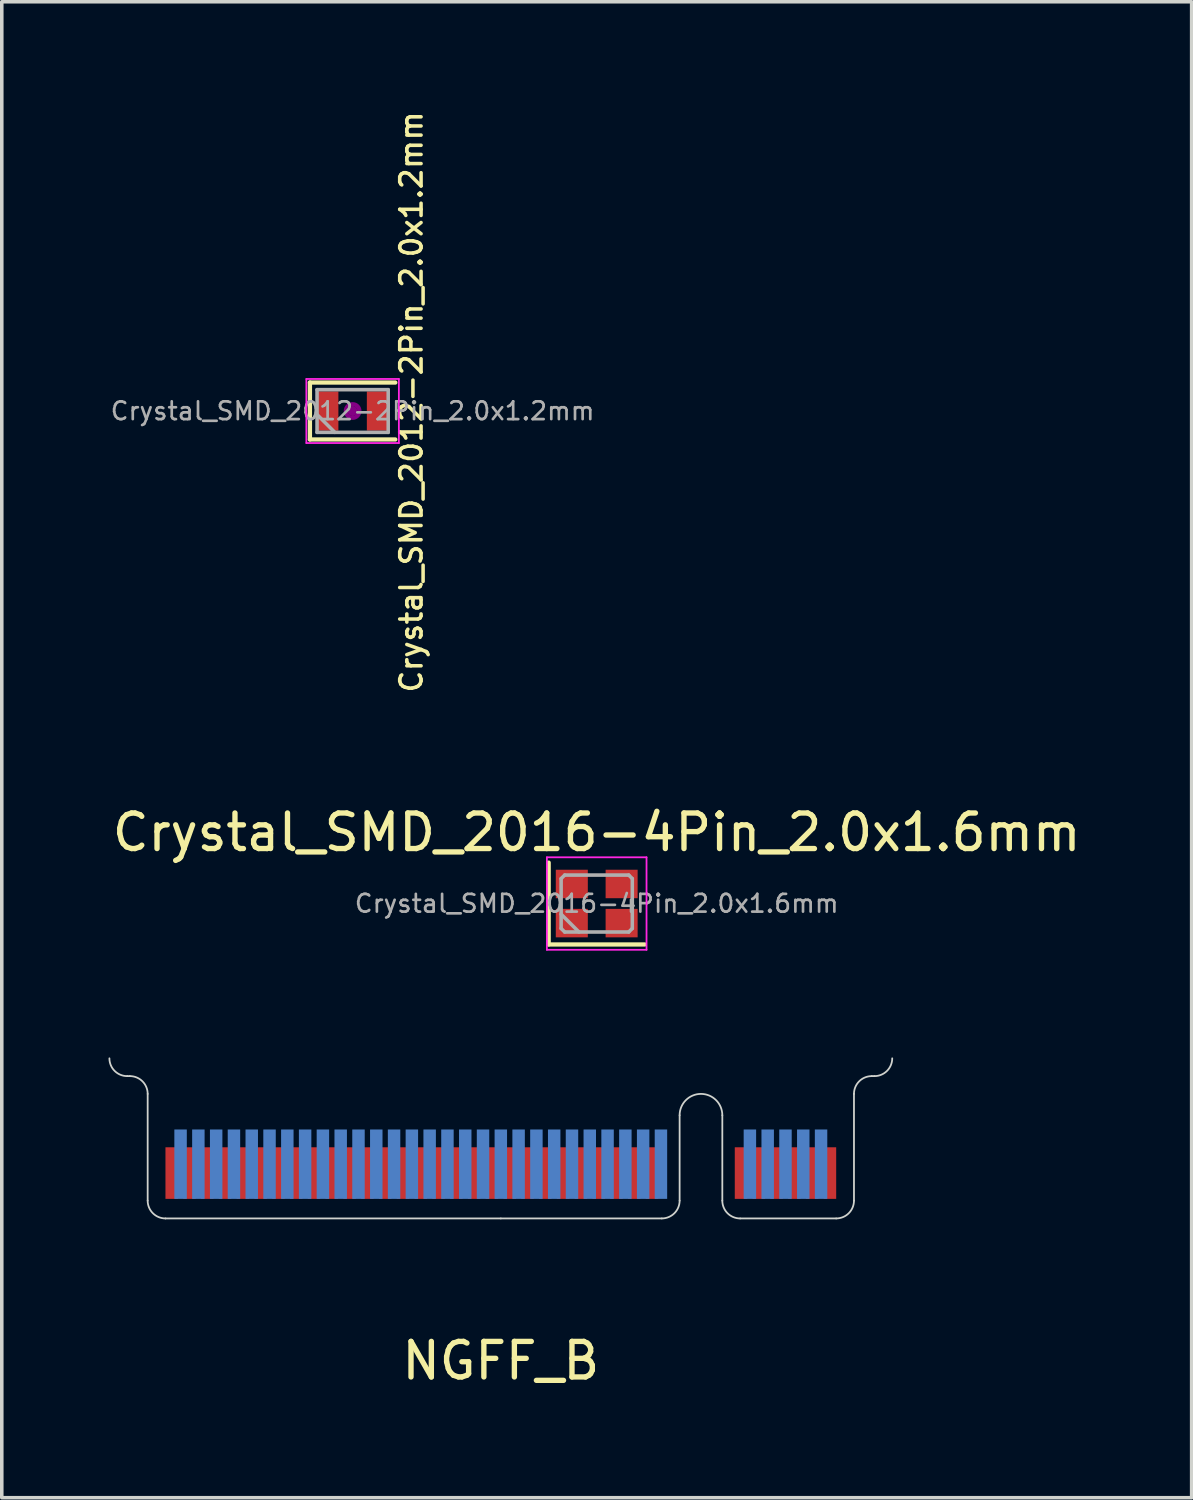
<source format=kicad_pcb>
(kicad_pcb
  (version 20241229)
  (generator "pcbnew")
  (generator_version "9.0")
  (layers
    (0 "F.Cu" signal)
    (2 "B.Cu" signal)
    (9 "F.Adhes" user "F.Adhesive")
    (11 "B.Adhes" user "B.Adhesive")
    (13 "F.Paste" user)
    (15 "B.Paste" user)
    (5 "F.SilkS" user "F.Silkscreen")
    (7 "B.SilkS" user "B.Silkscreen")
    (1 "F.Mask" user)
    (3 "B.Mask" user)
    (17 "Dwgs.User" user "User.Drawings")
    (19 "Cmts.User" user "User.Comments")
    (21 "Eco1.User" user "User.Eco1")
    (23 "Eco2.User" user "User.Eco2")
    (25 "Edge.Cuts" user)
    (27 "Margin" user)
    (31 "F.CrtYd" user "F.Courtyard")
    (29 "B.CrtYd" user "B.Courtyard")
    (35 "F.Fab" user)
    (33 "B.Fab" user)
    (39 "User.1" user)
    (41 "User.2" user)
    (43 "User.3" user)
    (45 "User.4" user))
  (footprint "Crystal_SMD_2012-2Pin_2.0x1.2mm"
    (layer "F.Cu")
    (at 6.86 8.501)
    (property "Reference" "Crystal_SMD_2012-2Pin_2.0x1.2mm" (at 1.651 -0.254 90) (layer "F.SilkS") (effects (font (size 0.6 0.6) (thickness 0.1))))
    (attr smd)
    (fp_line (start -1.2 -0.8) (end -1.2 0.8) (stroke (width 0.12) (type solid)) (layer "F.SilkS"))
    (fp_line (start -1.2 0.8) (end 1.2 0.8) (stroke (width 0.12) (type solid)) (layer "F.SilkS"))
    (fp_line (start 1.2 -0.8) (end -1.2 -0.8) (stroke (width 0.12) (type solid)) (layer "F.SilkS"))
    (fp_circle (center 0 0) (end 0.047 0) (stroke (width 0.093) (type solid)) (fill no) (layer "F.Adhes"))
    (fp_circle (center 0 0) (end 0.107 0) (stroke (width 0.067) (type solid)) (fill no) (layer "F.Adhes"))
    (fp_circle (center 0 0) (end 0.167 0) (stroke (width 0.067) (type solid)) (fill no) (layer "F.Adhes"))
    (fp_circle (center 0 0) (end 0.2 0) (stroke (width 0.1) (type solid)) (fill no) (layer "F.Adhes"))
    (fp_line (start -1.3 -0.9) (end -1.3 0.9) (stroke (width 0.05) (type solid)) (layer "F.CrtYd"))
    (fp_line (start -1.3 0.9) (end 1.3 0.9) (stroke (width 0.05) (type solid)) (layer "F.CrtYd"))
    (fp_line (start 1.3 -0.9) (end -1.3 -0.9) (stroke (width 0.05) (type solid)) (layer "F.CrtYd"))
    (fp_line (start 1.3 0.9) (end 1.3 -0.9) (stroke (width 0.05) (type solid)) (layer "F.CrtYd"))
    (fp_line (start -1 -0.6) (end -1 0.6) (stroke (width 0.1) (type solid)) (layer "F.Fab"))
    (fp_line (start -1 0.1) (end -0.5 0.6) (stroke (width 0.1) (type solid)) (layer "F.Fab"))
    (fp_line (start -1 0.6) (end 1 0.6) (stroke (width 0.1) (type solid)) (layer "F.Fab"))
    (fp_line (start 1 -0.6) (end -1 -0.6) (stroke (width 0.1) (type solid)) (layer "F.Fab"))
    (fp_line (start 1 0.6) (end 1 -0.6) (stroke (width 0.1) (type solid)) (layer "F.Fab"))
    (fp_text user "${REFERENCE}" (at 0 0 0) (layer "F.Fab") (effects (font (size 0.5 0.5) (thickness 0.075))))
    (pad "1" smd rect (at -0.7 0) (size 0.6 1.1) (layers "F.Cu" "F.Mask" "F.Paste"))
    (pad "2" smd rect (at 0.7 0) (size 0.6 1.1) (layers "F.Cu" "F.Mask" "F.Paste")))
  (footprint "Crystal_SMD_2016-4Pin_2.0x1.6mm"
    (layer "F.Cu")
    (at 13.72 22.343)
    (property "Reference" "Crystal_SMD_2016-4Pin_2.0x1.6mm" (at 0 -2 0) (layer "F.SilkS") (effects (font (size 1 1) (thickness 0.15))))
    (attr smd)
    (fp_line (start -1.35 -1.15) (end -1.35 1.15) (stroke (width 0.12) (type solid)) (layer "F.SilkS"))
    (fp_line (start -1.35 1.15) (end 1.35 1.15) (stroke (width 0.12) (type solid)) (layer "F.SilkS"))
    (fp_line (start -1.4 -1.3) (end -1.4 1.3) (stroke (width 0.05) (type solid)) (layer "F.CrtYd"))
    (fp_line (start -1.4 1.3) (end 1.4 1.3) (stroke (width 0.05) (type solid)) (layer "F.CrtYd"))
    (fp_line (start 1.4 -1.3) (end -1.4 -1.3) (stroke (width 0.05) (type solid)) (layer "F.CrtYd"))
    (fp_line (start 1.4 1.3) (end 1.4 -1.3) (stroke (width 0.05) (type solid)) (layer "F.CrtYd"))
    (fp_line (start -1 -0.7) (end -0.9 -0.8) (stroke (width 0.1) (type solid)) (layer "F.Fab"))
    (fp_line (start -1 0.3) (end -0.5 0.8) (stroke (width 0.1) (type solid)) (layer "F.Fab"))
    (fp_line (start -1 0.7) (end -1 -0.7) (stroke (width 0.1) (type solid)) (layer "F.Fab"))
    (fp_line (start -0.9 -0.8) (end 0.9 -0.8) (stroke (width 0.1) (type solid)) (layer "F.Fab"))
    (fp_line (start -0.9 0.8) (end -1 0.7) (stroke (width 0.1) (type solid)) (layer "F.Fab"))
    (fp_line (start 0.9 -0.8) (end 1 -0.7) (stroke (width 0.1) (type solid)) (layer "F.Fab"))
    (fp_line (start 0.9 0.8) (end -0.9 0.8) (stroke (width 0.1) (type solid)) (layer "F.Fab"))
    (fp_line (start 1 -0.7) (end 1 0.7) (stroke (width 0.1) (type solid)) (layer "F.Fab"))
    (fp_line (start 1 0.7) (end 0.9 0.8) (stroke (width 0.1) (type solid)) (layer "F.Fab"))
    (fp_text user "${REFERENCE}" (at 0 0 0) (layer "F.Fab") (effects (font (size 0.5 0.5) (thickness 0.075))))
    (pad "1" smd rect (at -0.7 0.55) (size 0.9 0.8) (layers "F.Cu" "F.Mask" "F.Paste"))
    (pad "2" smd rect (at 0.7 0.55) (size 0.9 0.8) (layers "F.Cu" "F.Mask" "F.Paste"))
    (pad "3" smd rect (at 0.7 -0.55) (size 0.9 0.8) (layers "F.Cu" "F.Mask" "F.Paste"))
    (pad "4" smd rect (at -0.7 -0.55) (size 0.9 0.8) (layers "F.Cu" "F.Mask" "F.Paste")))
  (footprint "NGFF_B"
    (layer "F.Cu")
    (at 11.025 31.193)
    (property "Reference" "NGFF_B" (at 0 4 0) (layer "F.SilkS") (effects (font (size 1 1) (thickness 0.15))))
    (attr through_hole)
    (fp_poly (pts (xy -9.925 0) (xy 5.025 0) (xy 5.025 -2) (xy -9.925 -2)) (stroke (width 0.1) (type solid)) (fill yes) (layer "F.Mask"))
    (fp_poly (pts (xy 6.225 0) (xy 9.925 0) (xy 9.925 -2) (xy 6.225 -2)) (stroke (width 0.1) (type solid)) (fill yes) (layer "F.Mask"))
    (fp_poly (pts (xy -9.925 0) (xy 5.025 0) (xy 5.025 -2.5) (xy -9.925 -2.5)) (stroke (width 0.1) (type solid)) (fill yes) (layer "B.Mask"))
    (fp_poly (pts (xy 6.225 0) (xy 9.925 0) (xy 9.925 -2.5) (xy 6.225 -2.5)) (stroke (width 0.1) (type solid)) (fill yes) (layer "B.Mask"))
    (fp_line (start -10.5 -4) (end -10.425 -4) (stroke (width 0.05) (type solid)) (layer "Edge.Cuts"))
    (fp_line (start -9.925 -3.5) (end -9.925 -0.5) (stroke (width 0.05) (type solid)) (layer "Edge.Cuts"))
    (fp_line (start -9.425 0) (end 0 0) (stroke (width 0.05) (type solid)) (layer "Edge.Cuts"))
    (fp_line (start 0 0) (end 4.525 0) (stroke (width 0.05) (type solid)) (layer "Edge.Cuts"))
    (fp_line (start 5.025 -0.5) (end 5.025 -2.9) (stroke (width 0.05) (type solid)) (layer "Edge.Cuts"))
    (fp_line (start 6.225 -2.9) (end 6.225 -0.5) (stroke (width 0.05) (type solid)) (layer "Edge.Cuts"))
    (fp_line (start 6.725 0) (end 9.425 0) (stroke (width 0.05) (type solid)) (layer "Edge.Cuts"))
    (fp_line (start 9.925 -0.5) (end 9.925 -3.5) (stroke (width 0.05) (type solid)) (layer "Edge.Cuts"))
    (fp_line (start 10.425 -4) (end 10.5 -4) (stroke (width 0.05) (type solid)) (layer "Edge.Cuts"))
    (fp_arc (start -10.5 -4) (mid -10.853553 -4.146447) (end -11 -4.5) (stroke (width 0.05) (type solid)) (layer "Edge.Cuts"))
    (fp_arc (start -10.425 -4) (mid -10.071447 -3.853553) (end -9.925 -3.5) (stroke (width 0.05) (type solid)) (layer "Edge.Cuts"))
    (fp_arc (start -9.425 0) (mid -9.778553 -0.146447) (end -9.925 -0.5) (stroke (width 0.05) (type solid)) (layer "Edge.Cuts"))
    (fp_arc (start 5.025 -2.9) (mid 5.625 -3.5) (end 6.225 -2.9) (stroke (width 0.05) (type solid)) (layer "Edge.Cuts"))
    (fp_arc (start 5.025 -0.5) (mid 4.878553 -0.146447) (end 4.525 0) (stroke (width 0.05) (type solid)) (layer "Edge.Cuts"))
    (fp_arc (start 6.725 0) (mid 6.371447 -0.146447) (end 6.225 -0.5) (stroke (width 0.05) (type solid)) (layer "Edge.Cuts"))
    (fp_arc (start 9.925 -3.5) (mid 10.071447 -3.853553) (end 10.425 -4) (stroke (width 0.05) (type solid)) (layer "Edge.Cuts"))
    (fp_arc (start 9.925 -0.5) (mid 9.778553 -0.146447) (end 9.425 0) (stroke (width 0.05) (type solid)) (layer "Edge.Cuts"))
    (fp_arc (start 11 -4.5) (mid 10.853553 -4.146447) (end 10.5 -4) (stroke (width 0.05) (type solid)) (layer "Edge.Cuts"))
    (pad "1" smd rect (at 9.25 -1.275) (size 0.35 1.45) (layers "F.Cu"))
    (pad "2" smd rect (at 9 -1.525) (size 0.35 1.95) (layers "B.Cu"))
    (pad "3" smd rect (at 8.75 -1.275) (size 0.35 1.45) (layers "F.Cu"))
    (pad "4" smd rect (at 8.5 -1.525) (size 0.35 1.95) (layers "B.Cu"))
    (pad "5" smd rect (at 8.25 -1.275) (size 0.35 1.45) (layers "F.Cu"))
    (pad "6" smd rect (at 8 -1.525) (size 0.35 1.95) (layers "B.Cu"))
    (pad "7" smd rect (at 7.75 -1.275) (size 0.35 1.45) (layers "F.Cu"))
    (pad "8" smd rect (at 7.5 -1.525) (size 0.35 1.95) (layers "B.Cu"))
    (pad "9" smd rect (at 7.25 -1.275) (size 0.35 1.45) (layers "F.Cu"))
    (pad "10" smd rect (at 7 -1.525) (size 0.35 1.95) (layers "B.Cu"))
    (pad "11" smd rect (at 6.75 -1.275) (size 0.35 1.45) (layers "F.Cu"))
    (pad "20" smd rect (at 4.5 -1.525) (size 0.35 1.95) (layers "B.Cu"))
    (pad "21" smd rect (at 4.25 -1.275) (size 0.35 1.45) (layers "F.Cu"))
    (pad "22" smd rect (at 4 -1.525) (size 0.35 1.95) (layers "B.Cu"))
    (pad "23" smd rect (at 3.75 -1.275) (size 0.35 1.45) (layers "F.Cu"))
    (pad "24" smd rect (at 3.5 -1.525) (size 0.35 1.95) (layers "B.Cu"))
    (pad "25" smd rect (at 3.25 -1.275) (size 0.35 1.45) (layers "F.Cu"))
    (pad "26" smd rect (at 3 -1.525) (size 0.35 1.95) (layers "B.Cu"))
    (pad "27" smd rect (at 2.75 -1.275) (size 0.35 1.45) (layers "F.Cu"))
    (pad "28" smd rect (at 2.5 -1.525) (size 0.35 1.95) (layers "B.Cu"))
    (pad "29" smd rect (at 2.25 -1.275) (size 0.35 1.45) (layers "F.Cu"))
    (pad "30" smd rect (at 2 -1.525) (size 0.35 1.95) (layers "B.Cu"))
    (pad "31" smd rect (at 1.75 -1.275) (size 0.35 1.45) (layers "F.Cu"))
    (pad "32" smd rect (at 1.5 -1.525) (size 0.35 1.95) (layers "B.Cu"))
    (pad "33" smd rect (at 1.25 -1.275) (size 0.35 1.45) (layers "F.Cu"))
    (pad "34" smd rect (at 1 -1.525) (size 0.35 1.95) (layers "B.Cu"))
    (pad "35" smd rect (at 0.75 -1.275) (size 0.35 1.45) (layers "F.Cu"))
    (pad "36" smd rect (at 0.5 -1.525) (size 0.35 1.95) (layers "B.Cu"))
    (pad "37" smd rect (at 0.25 -1.275) (size 0.35 1.45) (layers "F.Cu"))
    (pad "38" smd rect (at 0 -1.525) (size 0.35 1.95) (layers "B.Cu"))
    (pad "39" smd rect (at -0.25 -1.275) (size 0.35 1.45) (layers "F.Cu"))
    (pad "40" smd rect (at -0.5 -1.525) (size 0.35 1.95) (layers "B.Cu"))
    (pad "41" smd rect (at -0.75 -1.275) (size 0.35 1.45) (layers "F.Cu"))
    (pad "42" smd rect (at -1 -1.525) (size 0.35 1.95) (layers "B.Cu"))
    (pad "43" smd rect (at -1.25 -1.275) (size 0.35 1.45) (layers "F.Cu"))
    (pad "44" smd rect (at -1.5 -1.525) (size 0.35 1.95) (layers "B.Cu"))
    (pad "45" smd rect (at -1.75 -1.275) (size 0.35 1.45) (layers "F.Cu"))
    (pad "46" smd rect (at -2 -1.525) (size 0.35 1.95) (layers "B.Cu"))
    (pad "47" smd rect (at -2.25 -1.275) (size 0.35 1.45) (layers "F.Cu"))
    (pad "48" smd rect (at -2.5 -1.525) (size 0.35 1.95) (layers "B.Cu"))
    (pad "49" smd rect (at -2.75 -1.275) (size 0.35 1.45) (layers "F.Cu"))
    (pad "50" smd rect (at -3 -1.525) (size 0.35 1.95) (layers "B.Cu"))
    (pad "51" smd rect (at -3.25 -1.275) (size 0.35 1.45) (layers "F.Cu"))
    (pad "52" smd rect (at -3.5 -1.525) (size 0.35 1.95) (layers "B.Cu"))
    (pad "53" smd rect (at -3.75 -1.275) (size 0.35 1.45) (layers "F.Cu"))
    (pad "54" smd rect (at -4 -1.525) (size 0.35 1.95) (layers "B.Cu"))
    (pad "55" smd rect (at -4.25 -1.275) (size 0.35 1.45) (layers "F.Cu"))
    (pad "56" smd rect (at -4.5 -1.525) (size 0.35 1.95) (layers "B.Cu"))
    (pad "57" smd rect (at -4.75 -1.275) (size 0.35 1.45) (layers "F.Cu"))
    (pad "58" smd rect (at -5 -1.525) (size 0.35 1.95) (layers "B.Cu"))
    (pad "59" smd rect (at -5.25 -1.275) (size 0.35 1.45) (layers "F.Cu"))
    (pad "60" smd rect (at -5.5 -1.525) (size 0.35 1.95) (layers "B.Cu"))
    (pad "61" smd rect (at -5.75 -1.275) (size 0.35 1.45) (layers "F.Cu"))
    (pad "62" smd rect (at -6 -1.525) (size 0.35 1.95) (layers "B.Cu"))
    (pad "63" smd rect (at -6.25 -1.275) (size 0.35 1.45) (layers "F.Cu"))
    (pad "64" smd rect (at -6.5 -1.525) (size 0.35 1.95) (layers "B.Cu"))
    (pad "65" smd rect (at -6.75 -1.275) (size 0.35 1.45) (layers "F.Cu"))
    (pad "66" smd rect (at -7 -1.525) (size 0.35 1.95) (layers "B.Cu"))
    (pad "67" smd rect (at -7.25 -1.275) (size 0.35 1.45) (layers "F.Cu"))
    (pad "68" smd rect (at -7.5 -1.525) (size 0.35 1.95) (layers "B.Cu"))
    (pad "69" smd rect (at -7.75 -1.275) (size 0.35 1.45) (layers "F.Cu"))
    (pad "70" smd rect (at -8 -1.525) (size 0.35 1.95) (layers "B.Cu"))
    (pad "71" smd rect (at -8.25 -1.275) (size 0.35 1.45) (layers "F.Cu"))
    (pad "72" smd rect (at -8.5 -1.525) (size 0.35 1.95) (layers "B.Cu"))
    (pad "73" smd rect (at -8.75 -1.275) (size 0.35 1.45) (layers "F.Cu"))
    (pad "74" smd rect (at -9 -1.525) (size 0.35 1.95) (layers "B.Cu"))
    (pad "75" smd rect (at -9.25 -1.275) (size 0.35 1.45) (layers "F.Cu")))
  (gr_rect
    (start -3 -3)
    (end 30.44 39.041)
    (stroke (width 0.1) (type default))
    (fill no)
    (layer "Edge.Cuts")))
</source>
